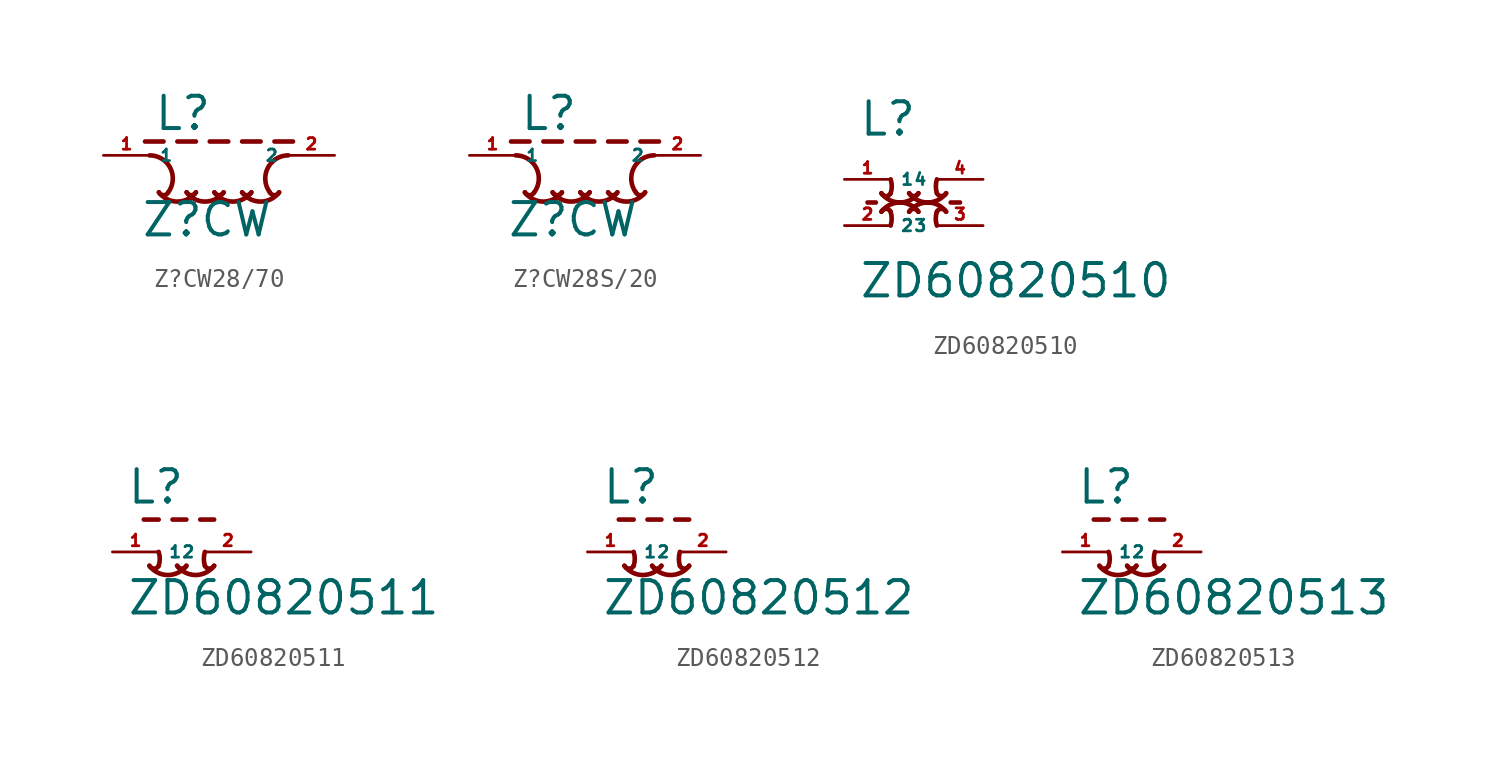
<source format=kicad_sym>
(kicad_symbol_lib
  (version 20220914)
  (generator kicad_symbol_editor)
  (symbol "Z?CW28/70"
    (property "Reference" "L"
      (at -2.34 1.27 0)
      (effects (font (size 1.778 1.778) (thickness 0.22)) (justify left bottom)))
    (property "Value" "Z?CW"
      (at -3.048 -4.572 0)
      (effects (font (size 1.778 1.778) (thickness 0.22)) (justify left bottom)))
    (symbol "Z?CW28/70_1_1"
      (arc (start -2.032 -2.032) (mid -1.778 -2.189) (end -1.524 -2.032) (stroke (width 0.254) (type default)) (fill (type none)))
      (arc (start -2.032 -2.032) (mid -1.016 -2.54) (end 0 -2.032) (stroke (width 0.254) (type default)) (fill (type none)))
      (arc (start -1.524 -2.032) (mid -1.404 -0.702) (end -2.54 0) (stroke (width 0.254) (type default)) (fill (type none)))
      (arc (start -0.508 -2.032) (mid -0.254 -2.189) (end 0 -2.032) (stroke (width 0.254) (type default)) (fill (type none)))
      (arc (start -0.508 -2.032) (mid 0.508 -2.54) (end 1.524 -2.032) (stroke (width 0.254) (type default)) (fill (type none)))
      (polyline (pts (xy -2.794 0.762) (xy -1.778 0.762)) (stroke (width 0.254) (type default)) (fill (type none)))
      (polyline (pts (xy -1.016 0.762) (xy 0 0.762)) (stroke (width 0.254) (type default)) (fill (type none)))
      (polyline (pts (xy 0.762 0.762) (xy 1.778 0.762)) (stroke (width 0.254) (type default)) (fill (type none)))
      (polyline (pts (xy 2.54 0.762) (xy 3.556 0.762)) (stroke (width 0.254) (type default)) (fill (type none)))
      (polyline (pts (xy 4.318 0.762) (xy 5.334 0.762)) (stroke (width 0.254) (type default)) (fill (type none)))
      (arc (start 1.016 -2.032) (mid 1.27 -2.189) (end 1.524 -2.032) (stroke (width 0.254) (type default)) (fill (type none)))
      (arc (start 1.016 -2.032) (mid 2.032 -2.54) (end 3.048 -2.032) (stroke (width 0.254) (type default)) (fill (type none)))
      (arc (start 2.54 -2.032) (mid 2.794 -2.189) (end 3.048 -2.032) (stroke (width 0.254) (type default)) (fill (type none)))
      (arc (start 2.54 -2.032) (mid 3.556 -2.54) (end 4.572 -2.032) (stroke (width 0.254) (type default)) (fill (type none)))
      (arc (start 4.064 -2.032) (mid 4.318 -2.189) (end 4.572 -2.032) (stroke (width 0.254) (type default)) (fill (type none)))
      (arc (start 5.08 0) (mid 3.944 -0.702) (end 4.064 -2.032) (stroke (width 0.254) (type default)) (fill (type none)))
      (pin passive line (at -5.08 0 0) (length 2.54) (name "1" (effects (font (size 0.635 0.635)))) (number "1" (effects (font (size 0.635 0.635)))))
      (pin passive line (at 7.62 0 180) (length 2.54) (name "2" (effects (font (size 0.635 0.635)))) (number "2" (effects (font (size 0.635 0.635)))))))
  (symbol "Z?CW28S/20"
    (property "Reference" "L"
      (at -2.34 1.27 0)
      (effects (font (size 1.778 1.778) (thickness 0.22)) (justify left bottom)))
    (property "Value" "Z?CW"
      (at -3.048 -4.572 0)
      (effects (font (size 1.778 1.778) (thickness 0.22)) (justify left bottom)))
    (symbol "Z?CW28S/20_1_1"
      (arc (start -2.032 -2.032) (mid -1.778 -2.189) (end -1.524 -2.032) (stroke (width 0.254) (type default)) (fill (type none)))
      (arc (start -2.032 -2.032) (mid -1.016 -2.54) (end 0 -2.032) (stroke (width 0.254) (type default)) (fill (type none)))
      (arc (start -1.524 -2.032) (mid -1.404 -0.702) (end -2.54 0) (stroke (width 0.254) (type default)) (fill (type none)))
      (arc (start -0.508 -2.032) (mid -0.254 -2.189) (end 0 -2.032) (stroke (width 0.254) (type default)) (fill (type none)))
      (arc (start -0.508 -2.032) (mid 0.508 -2.54) (end 1.524 -2.032) (stroke (width 0.254) (type default)) (fill (type none)))
      (polyline (pts (xy -2.794 0.762) (xy -1.778 0.762)) (stroke (width 0.254) (type default)) (fill (type none)))
      (polyline (pts (xy -1.016 0.762) (xy 0 0.762)) (stroke (width 0.254) (type default)) (fill (type none)))
      (polyline (pts (xy 0.762 0.762) (xy 1.778 0.762)) (stroke (width 0.254) (type default)) (fill (type none)))
      (polyline (pts (xy 2.54 0.762) (xy 3.556 0.762)) (stroke (width 0.254) (type default)) (fill (type none)))
      (polyline (pts (xy 4.318 0.762) (xy 5.334 0.762)) (stroke (width 0.254) (type default)) (fill (type none)))
      (arc (start 1.016 -2.032) (mid 1.27 -2.189) (end 1.524 -2.032) (stroke (width 0.254) (type default)) (fill (type none)))
      (arc (start 1.016 -2.032) (mid 2.032 -2.54) (end 3.048 -2.032) (stroke (width 0.254) (type default)) (fill (type none)))
      (arc (start 2.54 -2.032) (mid 2.794 -2.189) (end 3.048 -2.032) (stroke (width 0.254) (type default)) (fill (type none)))
      (arc (start 2.54 -2.032) (mid 3.556 -2.54) (end 4.572 -2.032) (stroke (width 0.254) (type default)) (fill (type none)))
      (arc (start 4.064 -2.032) (mid 4.318 -2.189) (end 4.572 -2.032) (stroke (width 0.254) (type default)) (fill (type none)))
      (arc (start 5.08 0) (mid 3.944 -0.702) (end 4.064 -2.032) (stroke (width 0.254) (type default)) (fill (type none)))
      (pin passive line (at -5.08 0 0) (length 2.54) (name "1" (effects (font (size 0.635 0.635)))) (number "1" (effects (font (size 0.635 0.635)))))
      (pin passive line (at 7.62 0 180) (length 2.54) (name "2" (effects (font (size 0.635 0.635)))) (number "2" (effects (font (size 0.635 0.635)))))))
  (symbol "ZD60820510"
    (property "Reference" "L"
      (at -4.318 2.286 0)
      (effects (font (size 1.778 1.778) (thickness 0.22)) (justify left bottom)))
    (property "Value" "ZD60820510"
      (at -4.318 -6.604 0)
      (effects (font (size 1.778 1.778) (thickness 0.22)) (justify left bottom)))
    (symbol "ZD60820510_1_1"
      (arc (start -3.048 -0.762) (mid -2.794 -0.919) (end -2.54 -0.762) (stroke (width 0.254) (type default)) (fill (type none)))
      (arc (start -3.048 -0.762) (mid -2.032 -1.27) (end -1.016 -0.762) (stroke (width 0.254) (type default)) (fill (type none)))
      (arc (start -2.54 -2.54) (mid -2.484 -2.159) (end -2.54 -1.778) (stroke (width 0.254) (type default)) (fill (type none)))
      (arc (start -2.54 -1.778) (mid -2.794 -1.621) (end -3.048 -1.778) (stroke (width 0.254) (type default)) (fill (type none)))
      (arc (start -2.54 -0.762) (mid -2.478 -0.381) (end -2.54 0) (stroke (width 0.254) (type default)) (fill (type none)))
      (arc (start -1.524 -0.762) (mid -1.27 -0.919) (end -1.016 -0.762) (stroke (width 0.254) (type default)) (fill (type none)))
      (arc (start -1.524 -0.762) (mid -0.508 -1.27) (end 0.508 -0.762) (stroke (width 0.254) (type default)) (fill (type none)))
      (arc (start -1.016 -1.778) (mid -2.032 -1.27) (end -3.048 -1.778) (stroke (width 0.254) (type default)) (fill (type none)))
      (arc (start -1.016 -1.778) (mid -1.27 -1.621) (end -1.524 -1.778) (stroke (width 0.254) (type default)) (fill (type none)))
      (arc (start 0 -1.778) (mid -0.062 -2.159) (end 0 -2.54) (stroke (width 0.254) (type default)) (fill (type none)))
      (arc (start 0 -0.762) (mid 0.254 -0.919) (end 0.508 -0.762) (stroke (width 0.254) (type default)) (fill (type none)))
      (arc (start 0 0) (mid -0.056 -0.381) (end 0 -0.762) (stroke (width 0.254) (type default)) (fill (type none)))
      (polyline (pts (xy -3.81 -1.27) (xy -3.356 -1.27)) (stroke (width 0.254) (type default)) (fill (type none)))
      (polyline (pts (xy -2.286 -1.27) (xy -1.778 -1.27)) (stroke (width 0.254) (type default)) (fill (type none)))
      (polyline (pts (xy -0.762 -1.27) (xy -0.254 -1.27)) (stroke (width 0.254) (type default)) (fill (type none)))
      (polyline (pts (xy 0.762 -1.27) (xy 1.27 -1.27)) (stroke (width 0.254) (type default)) (fill (type none)))
      (arc (start 0.508 -1.778) (mid -0.508 -1.27) (end -1.524 -1.778) (stroke (width 0.254) (type default)) (fill (type none)))
      (arc (start 0.508 -1.778) (mid 0.254 -1.621) (end 0 -1.778) (stroke (width 0.254) (type default)) (fill (type none)))
      (pin passive line (at -5.08 0 0) (length 2.54) (name "1" (effects (font (size 0.635 0.635)))) (number "1" (effects (font (size 0.635 0.635)))))
      (pin passive line (at -5.08 -2.54 0) (length 2.54) (name "2" (effects (font (size 0.635 0.635)))) (number "2" (effects (font (size 0.635 0.635)))))
      (pin passive line (at 2.54 -2.54 180) (length 2.54) (name "3" (effects (font (size 0.635 0.635)))) (number "3" (effects (font (size 0.635 0.635)))))
      (pin passive line (at 2.54 0 180) (length 2.54) (name "4" (effects (font (size 0.635 0.635)))) (number "4" (effects (font (size 0.635 0.635)))))))
  (symbol "ZD60820511"
    (property "Reference" "L"
      (at -4.318 2.54 0)
      (effects (font (size 1.778 1.778) (thickness 0.22)) (justify left bottom)))
    (property "Value" "ZD60820511"
      (at -4.318 -3.556 0)
      (effects (font (size 1.778 1.778) (thickness 0.22)) (justify left bottom)))
    (symbol "ZD60820511_1_1"
      (arc (start -3.048 -0.762) (mid -2.794 -0.919) (end -2.54 -0.762) (stroke (width 0.254) (type default)) (fill (type none)))
      (arc (start -3.048 -0.762) (mid -2.032 -1.27) (end -1.016 -0.762) (stroke (width 0.254) (type default)) (fill (type none)))
      (arc (start -2.54 -0.762) (mid -2.478 -0.381) (end -2.54 0) (stroke (width 0.254) (type default)) (fill (type none)))
      (arc (start -1.524 -0.762) (mid -1.27 -0.919) (end -1.016 -0.762) (stroke (width 0.254) (type default)) (fill (type none)))
      (arc (start -1.524 -0.762) (mid -0.508 -1.27) (end 0.508 -0.762) (stroke (width 0.254) (type default)) (fill (type none)))
      (arc (start 0 -0.762) (mid 0.254 -0.919) (end 0.508 -0.762) (stroke (width 0.254) (type default)) (fill (type none)))
      (arc (start 0 0) (mid -0.056 -0.381) (end 0 -0.762) (stroke (width 0.254) (type default)) (fill (type none)))
      (polyline (pts (xy -3.356 1.778) (xy -2.54 1.778)) (stroke (width 0.254) (type default)) (fill (type none)))
      (polyline (pts (xy -1.778 1.778) (xy -1.016 1.778)) (stroke (width 0.254) (type default)) (fill (type none)))
      (polyline (pts (xy -0.254 1.778) (xy 0.508 1.778)) (stroke (width 0.254) (type default)) (fill (type none)))
      (pin passive line (at -5.08 0 0) (length 2.54) (name "1" (effects (font (size 0.635 0.635)))) (number "1" (effects (font (size 0.635 0.635)))))
      (pin passive line (at 2.54 0 180) (length 2.54) (name "2" (effects (font (size 0.635 0.635)))) (number "2" (effects (font (size 0.635 0.635)))))))
  (symbol "ZD60820512"
    (property "Reference" "L"
      (at -4.318 2.54 0)
      (effects (font (size 1.778 1.778) (thickness 0.22)) (justify left bottom)))
    (property "Value" "ZD60820512"
      (at -4.318 -3.556 0)
      (effects (font (size 1.778 1.778) (thickness 0.22)) (justify left bottom)))
    (symbol "ZD60820512_1_1"
      (arc (start -3.048 -0.762) (mid -2.794 -0.919) (end -2.54 -0.762) (stroke (width 0.254) (type default)) (fill (type none)))
      (arc (start -3.048 -0.762) (mid -2.032 -1.27) (end -1.016 -0.762) (stroke (width 0.254) (type default)) (fill (type none)))
      (arc (start -2.54 -0.762) (mid -2.478 -0.381) (end -2.54 0) (stroke (width 0.254) (type default)) (fill (type none)))
      (arc (start -1.524 -0.762) (mid -1.27 -0.919) (end -1.016 -0.762) (stroke (width 0.254) (type default)) (fill (type none)))
      (arc (start -1.524 -0.762) (mid -0.508 -1.27) (end 0.508 -0.762) (stroke (width 0.254) (type default)) (fill (type none)))
      (arc (start 0 -0.762) (mid 0.254 -0.919) (end 0.508 -0.762) (stroke (width 0.254) (type default)) (fill (type none)))
      (arc (start 0 0) (mid -0.056 -0.381) (end 0 -0.762) (stroke (width 0.254) (type default)) (fill (type none)))
      (polyline (pts (xy -3.356 1.778) (xy -2.54 1.778)) (stroke (width 0.254) (type default)) (fill (type none)))
      (polyline (pts (xy -1.778 1.778) (xy -1.016 1.778)) (stroke (width 0.254) (type default)) (fill (type none)))
      (polyline (pts (xy -0.254 1.778) (xy 0.508 1.778)) (stroke (width 0.254) (type default)) (fill (type none)))
      (pin passive line (at -5.08 0 0) (length 2.54) (name "1" (effects (font (size 0.635 0.635)))) (number "1" (effects (font (size 0.635 0.635)))))
      (pin passive line (at 2.54 0 180) (length 2.54) (name "2" (effects (font (size 0.635 0.635)))) (number "2" (effects (font (size 0.635 0.635)))))))
  (symbol "ZD60820513"
    (property "Reference" "L"
      (at -4.318 2.54 0)
      (effects (font (size 1.778 1.778) (thickness 0.22)) (justify left bottom)))
    (property "Value" "ZD60820513"
      (at -4.318 -3.556 0)
      (effects (font (size 1.778 1.778) (thickness 0.22)) (justify left bottom)))
    (symbol "ZD60820513_1_1"
      (arc (start -3.048 -0.762) (mid -2.794 -0.919) (end -2.54 -0.762) (stroke (width 0.254) (type default)) (fill (type none)))
      (arc (start -3.048 -0.762) (mid -2.032 -1.27) (end -1.016 -0.762) (stroke (width 0.254) (type default)) (fill (type none)))
      (arc (start -2.54 -0.762) (mid -2.478 -0.381) (end -2.54 0) (stroke (width 0.254) (type default)) (fill (type none)))
      (arc (start -1.524 -0.762) (mid -1.27 -0.919) (end -1.016 -0.762) (stroke (width 0.254) (type default)) (fill (type none)))
      (arc (start -1.524 -0.762) (mid -0.508 -1.27) (end 0.508 -0.762) (stroke (width 0.254) (type default)) (fill (type none)))
      (arc (start 0 -0.762) (mid 0.254 -0.919) (end 0.508 -0.762) (stroke (width 0.254) (type default)) (fill (type none)))
      (arc (start 0 0) (mid -0.056 -0.381) (end 0 -0.762) (stroke (width 0.254) (type default)) (fill (type none)))
      (polyline (pts (xy -3.356 1.778) (xy -2.54 1.778)) (stroke (width 0.254) (type default)) (fill (type none)))
      (polyline (pts (xy -1.778 1.778) (xy -1.016 1.778)) (stroke (width 0.254) (type default)) (fill (type none)))
      (polyline (pts (xy -0.254 1.778) (xy 0.508 1.778)) (stroke (width 0.254) (type default)) (fill (type none)))
      (pin passive line (at -5.08 0 0) (length 2.54) (name "1" (effects (font (size 0.635 0.635)))) (number "1" (effects (font (size 0.635 0.635)))))
      (pin passive line (at 2.54 0 180) (length 2.54) (name "2" (effects (font (size 0.635 0.635)))) (number "2" (effects (font (size 0.635 0.635))))))))
</source>
